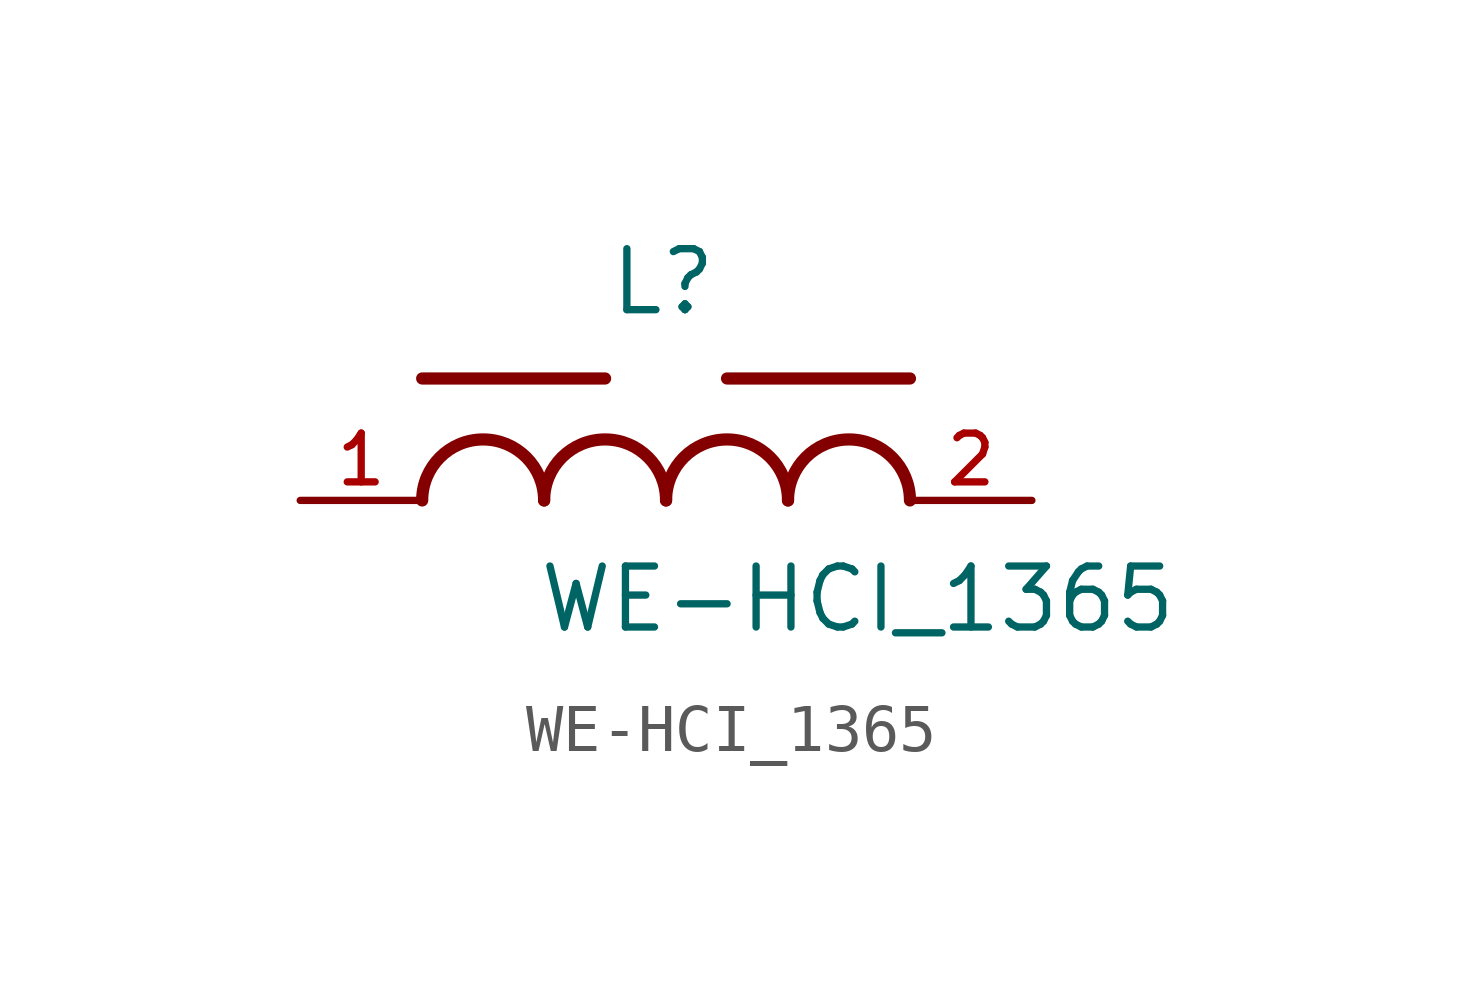
<source format=kicad_sym>
(kicad_symbol_lib
  (version 20211014)
  (generator kicad_symbol_editor)
  (symbol "WE-HCI_1365"
    (pin_names
      (offset 1.016))
    (property "Reference" "L"
      (at -0.06 3.81 0)
      (effects (font (size 1.27 1.27)) (justify bottom)))
    (property "Value" "WE-HCI_1365"
      (at -2.7 -2.8 0)
      (effects (font (size 1.27 1.27)) (justify bottom left)))
    (symbol "WE-HCI_1365_0_0"
      (arc (start -2.54 0.0) (mid -3.81 1.27) (end -5.08 0.0) (stroke (width 0.254) (type default) (color 0 0 0 0)) (fill (type none)))
      (arc (start 0.0 0.0) (mid -1.27 1.27) (end -2.54 0.0) (stroke (width 0.254) (type default) (color 0 0 0 0)) (fill (type none)))
      (arc (start 2.54 0.0) (mid 1.27 1.27) (end 0.0 0.0) (stroke (width 0.254) (type default) (color 0 0 0 0)) (fill (type none)))
      (arc (start 5.08 0.0) (mid 3.81 1.27) (end 2.54 0.0) (stroke (width 0.254) (type default) (color 0 0 0 0)) (fill (type none)))
      (polyline (pts (xy -5.08 2.54) (xy -1.27 2.54)) (stroke (width 0.254)))
      (polyline (pts (xy 1.27 2.54) (xy 5.08 2.54)) (stroke (width 0.254)))
      (pin passive line (at -7.62 0.0 0) (length 2.54) (name "~" (effects (font (size 1.016 1.016)))) (number "1" (effects (font (size 1.016 1.016)))))
      (pin passive line (at 7.62 0.0 180.0) (length 2.54) (name "~" (effects (font (size 1.016 1.016)))) (number "2" (effects (font (size 1.016 1.016))))))))
</source>
